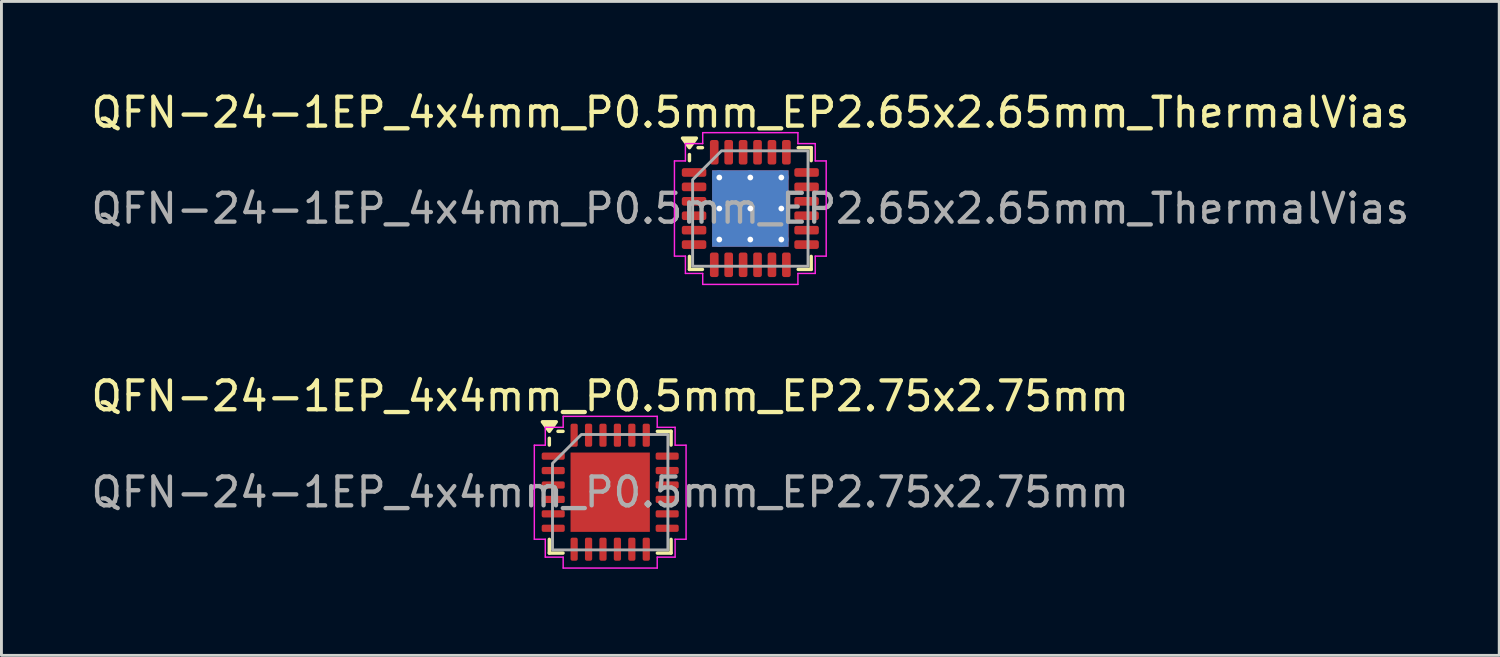
<source format=kicad_pcb>
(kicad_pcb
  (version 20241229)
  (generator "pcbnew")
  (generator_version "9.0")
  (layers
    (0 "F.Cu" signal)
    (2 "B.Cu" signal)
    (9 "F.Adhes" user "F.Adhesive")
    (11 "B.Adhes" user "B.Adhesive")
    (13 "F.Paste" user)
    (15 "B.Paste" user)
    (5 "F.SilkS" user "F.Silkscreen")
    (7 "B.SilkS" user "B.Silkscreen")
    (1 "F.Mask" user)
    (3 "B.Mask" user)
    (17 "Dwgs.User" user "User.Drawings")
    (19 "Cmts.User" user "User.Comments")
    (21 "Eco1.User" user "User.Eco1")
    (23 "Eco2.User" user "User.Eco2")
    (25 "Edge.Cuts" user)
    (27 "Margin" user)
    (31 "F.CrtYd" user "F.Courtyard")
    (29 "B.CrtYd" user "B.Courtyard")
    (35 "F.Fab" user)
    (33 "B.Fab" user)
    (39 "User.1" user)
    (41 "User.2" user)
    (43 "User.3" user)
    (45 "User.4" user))
  (footprint "QFN-24-1EP_4x4mm_P0.5mm_EP2.75x2.75mm"
    (layer "F.Cu")
    (at 18.101 14.011)
    (property "Reference" "QFN-24-1EP_4x4mm_P0.5mm_EP2.75x2.75mm" (at 0 -3.33 0) (layer "F.SilkS") (effects (font (size 1 1) (thickness 0.15))))
    (attr smd)
    (fp_line (start -2.11 -1.635) (end -2.11 -1.87) (stroke (width 0.12) (type solid)) (layer "F.SilkS"))
    (fp_line (start -2.11 2.11) (end -2.11 1.635) (stroke (width 0.12) (type solid)) (layer "F.SilkS"))
    (fp_line (start -1.635 -2.11) (end -1.81 -2.11) (stroke (width 0.12) (type solid)) (layer "F.SilkS"))
    (fp_line (start -1.635 2.11) (end -2.11 2.11) (stroke (width 0.12) (type solid)) (layer "F.SilkS"))
    (fp_line (start 1.635 -2.11) (end 2.11 -2.11) (stroke (width 0.12) (type solid)) (layer "F.SilkS"))
    (fp_line (start 1.635 2.11) (end 2.11 2.11) (stroke (width 0.12) (type solid)) (layer "F.SilkS"))
    (fp_line (start 2.11 -2.11) (end 2.11 -1.635) (stroke (width 0.12) (type solid)) (layer "F.SilkS"))
    (fp_line (start 2.11 2.11) (end 2.11 1.635) (stroke (width 0.12) (type solid)) (layer "F.SilkS"))
    (fp_poly (pts (xy -2.11 -2.11) (xy -2.35 -2.44) (xy -1.87 -2.44)) (stroke (width 0.12) (type solid)) (fill yes) (layer "F.SilkS"))
    (fp_line (start -2.63 -1.63) (end -2.25 -1.63) (stroke (width 0.05) (type solid)) (layer "F.CrtYd"))
    (fp_line (start -2.63 1.63) (end -2.63 -1.63) (stroke (width 0.05) (type solid)) (layer "F.CrtYd"))
    (fp_line (start -2.25 -2.25) (end -1.63 -2.25) (stroke (width 0.05) (type solid)) (layer "F.CrtYd"))
    (fp_line (start -2.25 -1.63) (end -2.25 -2.25) (stroke (width 0.05) (type solid)) (layer "F.CrtYd"))
    (fp_line (start -2.25 1.63) (end -2.63 1.63) (stroke (width 0.05) (type solid)) (layer "F.CrtYd"))
    (fp_line (start -2.25 2.25) (end -2.25 1.63) (stroke (width 0.05) (type solid)) (layer "F.CrtYd"))
    (fp_line (start -1.63 -2.63) (end 1.63 -2.63) (stroke (width 0.05) (type solid)) (layer "F.CrtYd"))
    (fp_line (start -1.63 -2.25) (end -1.63 -2.63) (stroke (width 0.05) (type solid)) (layer "F.CrtYd"))
    (fp_line (start -1.63 2.25) (end -2.25 2.25) (stroke (width 0.05) (type solid)) (layer "F.CrtYd"))
    (fp_line (start -1.63 2.63) (end -1.63 2.25) (stroke (width 0.05) (type solid)) (layer "F.CrtYd"))
    (fp_line (start 1.63 -2.63) (end 1.63 -2.25) (stroke (width 0.05) (type solid)) (layer "F.CrtYd"))
    (fp_line (start 1.63 -2.25) (end 2.25 -2.25) (stroke (width 0.05) (type solid)) (layer "F.CrtYd"))
    (fp_line (start 1.63 2.25) (end 1.63 2.63) (stroke (width 0.05) (type solid)) (layer "F.CrtYd"))
    (fp_line (start 1.63 2.63) (end -1.63 2.63) (stroke (width 0.05) (type solid)) (layer "F.CrtYd"))
    (fp_line (start 2.25 -2.25) (end 2.25 -1.63) (stroke (width 0.05) (type solid)) (layer "F.CrtYd"))
    (fp_line (start 2.25 -1.63) (end 2.63 -1.63) (stroke (width 0.05) (type solid)) (layer "F.CrtYd"))
    (fp_line (start 2.25 1.63) (end 2.25 2.25) (stroke (width 0.05) (type solid)) (layer "F.CrtYd"))
    (fp_line (start 2.25 2.25) (end 1.63 2.25) (stroke (width 0.05) (type solid)) (layer "F.CrtYd"))
    (fp_line (start 2.63 -1.63) (end 2.63 1.63) (stroke (width 0.05) (type solid)) (layer "F.CrtYd"))
    (fp_line (start 2.63 1.63) (end 2.25 1.63) (stroke (width 0.05) (type solid)) (layer "F.CrtYd"))
    (fp_poly (pts (xy -2 -1) (xy -2 2) (xy 2 2) (xy 2 -2) (xy -1 -2)) (stroke (width 0.1) (type solid)) (fill no) (layer "F.Fab"))
    (fp_text user "${REFERENCE}" (at 0 0 0) (layer "F.Fab") (effects (font (size 1 1) (thickness 0.15))))
    (pad "" smd roundrect (at -0.69 -0.69) (size 1.11 1.11) (layers "F.Paste") (roundrect_rratio 0.225))
    (pad "" smd roundrect (at -0.69 0.69) (size 1.11 1.11) (layers "F.Paste") (roundrect_rratio 0.225))
    (pad "" smd roundrect (at 0.69 -0.69) (size 1.11 1.11) (layers "F.Paste") (roundrect_rratio 0.225))
    (pad "" smd roundrect (at 0.69 0.69) (size 1.11 1.11) (layers "F.Paste") (roundrect_rratio 0.225))
    (pad "1" smd roundrect (at -1.975 -1.25) (size 0.8 0.25) (layers "F.Cu" "F.Mask" "F.Paste") (roundrect_rratio 0.25))
    (pad "2" smd roundrect (at -1.975 -0.75) (size 0.8 0.25) (layers "F.Cu" "F.Mask" "F.Paste") (roundrect_rratio 0.25))
    (pad "3" smd roundrect (at -1.975 -0.25) (size 0.8 0.25) (layers "F.Cu" "F.Mask" "F.Paste") (roundrect_rratio 0.25))
    (pad "4" smd roundrect (at -1.975 0.25) (size 0.8 0.25) (layers "F.Cu" "F.Mask" "F.Paste") (roundrect_rratio 0.25))
    (pad "5" smd roundrect (at -1.975 0.75) (size 0.8 0.25) (layers "F.Cu" "F.Mask" "F.Paste") (roundrect_rratio 0.25))
    (pad "6" smd roundrect (at -1.975 1.25) (size 0.8 0.25) (layers "F.Cu" "F.Mask" "F.Paste") (roundrect_rratio 0.25))
    (pad "7" smd roundrect (at -1.25 1.975) (size 0.25 0.8) (layers "F.Cu" "F.Mask" "F.Paste") (roundrect_rratio 0.25))
    (pad "8" smd roundrect (at -0.75 1.975) (size 0.25 0.8) (layers "F.Cu" "F.Mask" "F.Paste") (roundrect_rratio 0.25))
    (pad "9" smd roundrect (at -0.25 1.975) (size 0.25 0.8) (layers "F.Cu" "F.Mask" "F.Paste") (roundrect_rratio 0.25))
    (pad "10" smd roundrect (at 0.25 1.975) (size 0.25 0.8) (layers "F.Cu" "F.Mask" "F.Paste") (roundrect_rratio 0.25))
    (pad "11" smd roundrect (at 0.75 1.975) (size 0.25 0.8) (layers "F.Cu" "F.Mask" "F.Paste") (roundrect_rratio 0.25))
    (pad "12" smd roundrect (at 1.25 1.975) (size 0.25 0.8) (layers "F.Cu" "F.Mask" "F.Paste") (roundrect_rratio 0.25))
    (pad "13" smd roundrect (at 1.975 1.25) (size 0.8 0.25) (layers "F.Cu" "F.Mask" "F.Paste") (roundrect_rratio 0.25))
    (pad "14" smd roundrect (at 1.975 0.75) (size 0.8 0.25) (layers "F.Cu" "F.Mask" "F.Paste") (roundrect_rratio 0.25))
    (pad "15" smd roundrect (at 1.975 0.25) (size 0.8 0.25) (layers "F.Cu" "F.Mask" "F.Paste") (roundrect_rratio 0.25))
    (pad "16" smd roundrect (at 1.975 -0.25) (size 0.8 0.25) (layers "F.Cu" "F.Mask" "F.Paste") (roundrect_rratio 0.25))
    (pad "17" smd roundrect (at 1.975 -0.75) (size 0.8 0.25) (layers "F.Cu" "F.Mask" "F.Paste") (roundrect_rratio 0.25))
    (pad "18" smd roundrect (at 1.975 -1.25) (size 0.8 0.25) (layers "F.Cu" "F.Mask" "F.Paste") (roundrect_rratio 0.25))
    (pad "19" smd roundrect (at 1.25 -1.975) (size 0.25 0.8) (layers "F.Cu" "F.Mask" "F.Paste") (roundrect_rratio 0.25))
    (pad "20" smd roundrect (at 0.75 -1.975) (size 0.25 0.8) (layers "F.Cu" "F.Mask" "F.Paste") (roundrect_rratio 0.25))
    (pad "21" smd roundrect (at 0.25 -1.975) (size 0.25 0.8) (layers "F.Cu" "F.Mask" "F.Paste") (roundrect_rratio 0.25))
    (pad "22" smd roundrect (at -0.25 -1.975) (size 0.25 0.8) (layers "F.Cu" "F.Mask" "F.Paste") (roundrect_rratio 0.25))
    (pad "23" smd roundrect (at -0.75 -1.975) (size 0.25 0.8) (layers "F.Cu" "F.Mask" "F.Paste") (roundrect_rratio 0.25))
    (pad "24" smd roundrect (at -1.25 -1.975) (size 0.25 0.8) (layers "F.Cu" "F.Mask" "F.Paste") (roundrect_rratio 0.25))
    (pad "25" smd rect (at 0 0) (size 2.75 2.75) (property pad_prop_heatsink) (layers "F.Cu" "F.Mask")))
  (footprint "QFN-24-1EP_4x4mm_P0.5mm_EP2.65x2.65mm_ThermalVias"
    (layer "F.Cu")
    (at 22.958 4.178)
    (property "Reference" "QFN-24-1EP_4x4mm_P0.5mm_EP2.65x2.65mm_ThermalVias" (at 0 -3.33 0) (layer "F.SilkS") (effects (font (size 1 1) (thickness 0.15))))
    (attr smd)
    (fp_line (start -2.11 -1.66) (end -2.11 -1.87) (stroke (width 0.12) (type solid)) (layer "F.SilkS"))
    (fp_line (start -2.11 2.11) (end -2.11 1.66) (stroke (width 0.12) (type solid)) (layer "F.SilkS"))
    (fp_line (start -1.66 -2.11) (end -1.81 -2.11) (stroke (width 0.12) (type solid)) (layer "F.SilkS"))
    (fp_line (start -1.66 2.11) (end -2.11 2.11) (stroke (width 0.12) (type solid)) (layer "F.SilkS"))
    (fp_line (start 1.66 -2.11) (end 2.11 -2.11) (stroke (width 0.12) (type solid)) (layer "F.SilkS"))
    (fp_line (start 1.66 2.11) (end 2.11 2.11) (stroke (width 0.12) (type solid)) (layer "F.SilkS"))
    (fp_line (start 2.11 -2.11) (end 2.11 -1.66) (stroke (width 0.12) (type solid)) (layer "F.SilkS"))
    (fp_line (start 2.11 2.11) (end 2.11 1.66) (stroke (width 0.12) (type solid)) (layer "F.SilkS"))
    (fp_poly (pts (xy -2.11 -2.11) (xy -2.35 -2.44) (xy -1.87 -2.44)) (stroke (width 0.12) (type solid)) (fill yes) (layer "F.SilkS"))
    (fp_line (start -2.63 -1.65) (end -2.25 -1.65) (stroke (width 0.05) (type solid)) (layer "F.CrtYd"))
    (fp_line (start -2.63 1.65) (end -2.63 -1.65) (stroke (width 0.05) (type solid)) (layer "F.CrtYd"))
    (fp_line (start -2.25 -2.25) (end -1.65 -2.25) (stroke (width 0.05) (type solid)) (layer "F.CrtYd"))
    (fp_line (start -2.25 -1.65) (end -2.25 -2.25) (stroke (width 0.05) (type solid)) (layer "F.CrtYd"))
    (fp_line (start -2.25 1.65) (end -2.63 1.65) (stroke (width 0.05) (type solid)) (layer "F.CrtYd"))
    (fp_line (start -2.25 2.25) (end -2.25 1.65) (stroke (width 0.05) (type solid)) (layer "F.CrtYd"))
    (fp_line (start -1.65 -2.63) (end 1.65 -2.63) (stroke (width 0.05) (type solid)) (layer "F.CrtYd"))
    (fp_line (start -1.65 -2.25) (end -1.65 -2.63) (stroke (width 0.05) (type solid)) (layer "F.CrtYd"))
    (fp_line (start -1.65 2.25) (end -2.25 2.25) (stroke (width 0.05) (type solid)) (layer "F.CrtYd"))
    (fp_line (start -1.65 2.63) (end -1.65 2.25) (stroke (width 0.05) (type solid)) (layer "F.CrtYd"))
    (fp_line (start 1.65 -2.63) (end 1.65 -2.25) (stroke (width 0.05) (type solid)) (layer "F.CrtYd"))
    (fp_line (start 1.65 -2.25) (end 2.25 -2.25) (stroke (width 0.05) (type solid)) (layer "F.CrtYd"))
    (fp_line (start 1.65 2.25) (end 1.65 2.63) (stroke (width 0.05) (type solid)) (layer "F.CrtYd"))
    (fp_line (start 1.65 2.63) (end -1.65 2.63) (stroke (width 0.05) (type solid)) (layer "F.CrtYd"))
    (fp_line (start 2.25 -2.25) (end 2.25 -1.65) (stroke (width 0.05) (type solid)) (layer "F.CrtYd"))
    (fp_line (start 2.25 -1.65) (end 2.63 -1.65) (stroke (width 0.05) (type solid)) (layer "F.CrtYd"))
    (fp_line (start 2.25 1.65) (end 2.25 2.25) (stroke (width 0.05) (type solid)) (layer "F.CrtYd"))
    (fp_line (start 2.25 2.25) (end 1.65 2.25) (stroke (width 0.05) (type solid)) (layer "F.CrtYd"))
    (fp_line (start 2.63 -1.65) (end 2.63 1.65) (stroke (width 0.05) (type solid)) (layer "F.CrtYd"))
    (fp_line (start 2.63 1.65) (end 2.25 1.65) (stroke (width 0.05) (type solid)) (layer "F.CrtYd"))
    (fp_poly (pts (xy -2 -1) (xy -2 2) (xy 2 2) (xy 2 -2) (xy -1 -2)) (stroke (width 0.1) (type solid)) (fill no) (layer "F.Fab"))
    (fp_text user "${REFERENCE}" (at 0 0 0) (layer "F.Fab") (effects (font (size 1 1) (thickness 0.15))))
    (pad "" smd roundrect (at -0.66 -0.66) (size 1.15 1.15) (layers "F.Paste") (roundrect_rratio 0.217))
    (pad "" smd roundrect (at -0.66 0.66) (size 1.15 1.15) (layers "F.Paste") (roundrect_rratio 0.217))
    (pad "" smd roundrect (at 0.66 -0.66) (size 1.15 1.15) (layers "F.Paste") (roundrect_rratio 0.217))
    (pad "" smd roundrect (at 0.66 0.66) (size 1.15 1.15) (layers "F.Paste") (roundrect_rratio 0.217))
    (pad "1" smd roundrect (at -1.95 -1.25) (size 0.85 0.3) (layers "F.Cu" "F.Mask" "F.Paste") (roundrect_rratio 0.25))
    (pad "2" smd roundrect (at -1.95 -0.75) (size 0.85 0.3) (layers "F.Cu" "F.Mask" "F.Paste") (roundrect_rratio 0.25))
    (pad "3" smd roundrect (at -1.95 -0.25) (size 0.85 0.3) (layers "F.Cu" "F.Mask" "F.Paste") (roundrect_rratio 0.25))
    (pad "4" smd roundrect (at -1.95 0.25) (size 0.85 0.3) (layers "F.Cu" "F.Mask" "F.Paste") (roundrect_rratio 0.25))
    (pad "5" smd roundrect (at -1.95 0.75) (size 0.85 0.3) (layers "F.Cu" "F.Mask" "F.Paste") (roundrect_rratio 0.25))
    (pad "6" smd roundrect (at -1.95 1.25) (size 0.85 0.3) (layers "F.Cu" "F.Mask" "F.Paste") (roundrect_rratio 0.25))
    (pad "7" smd roundrect (at -1.25 1.95) (size 0.3 0.85) (layers "F.Cu" "F.Mask" "F.Paste") (roundrect_rratio 0.25))
    (pad "8" smd roundrect (at -0.75 1.95) (size 0.3 0.85) (layers "F.Cu" "F.Mask" "F.Paste") (roundrect_rratio 0.25))
    (pad "9" smd roundrect (at -0.25 1.95) (size 0.3 0.85) (layers "F.Cu" "F.Mask" "F.Paste") (roundrect_rratio 0.25))
    (pad "10" smd roundrect (at 0.25 1.95) (size 0.3 0.85) (layers "F.Cu" "F.Mask" "F.Paste") (roundrect_rratio 0.25))
    (pad "11" smd roundrect (at 0.75 1.95) (size 0.3 0.85) (layers "F.Cu" "F.Mask" "F.Paste") (roundrect_rratio 0.25))
    (pad "12" smd roundrect (at 1.25 1.95) (size 0.3 0.85) (layers "F.Cu" "F.Mask" "F.Paste") (roundrect_rratio 0.25))
    (pad "13" smd roundrect (at 1.95 1.25) (size 0.85 0.3) (layers "F.Cu" "F.Mask" "F.Paste") (roundrect_rratio 0.25))
    (pad "14" smd roundrect (at 1.95 0.75) (size 0.85 0.3) (layers "F.Cu" "F.Mask" "F.Paste") (roundrect_rratio 0.25))
    (pad "15" smd roundrect (at 1.95 0.25) (size 0.85 0.3) (layers "F.Cu" "F.Mask" "F.Paste") (roundrect_rratio 0.25))
    (pad "16" smd roundrect (at 1.95 -0.25) (size 0.85 0.3) (layers "F.Cu" "F.Mask" "F.Paste") (roundrect_rratio 0.25))
    (pad "17" smd roundrect (at 1.95 -0.75) (size 0.85 0.3) (layers "F.Cu" "F.Mask" "F.Paste") (roundrect_rratio 0.25))
    (pad "18" smd roundrect (at 1.95 -1.25) (size 0.85 0.3) (layers "F.Cu" "F.Mask" "F.Paste") (roundrect_rratio 0.25))
    (pad "19" smd roundrect (at 1.25 -1.95) (size 0.3 0.85) (layers "F.Cu" "F.Mask" "F.Paste") (roundrect_rratio 0.25))
    (pad "20" smd roundrect (at 0.75 -1.95) (size 0.3 0.85) (layers "F.Cu" "F.Mask" "F.Paste") (roundrect_rratio 0.25))
    (pad "21" smd roundrect (at 0.25 -1.95) (size 0.3 0.85) (layers "F.Cu" "F.Mask" "F.Paste") (roundrect_rratio 0.25))
    (pad "22" smd roundrect (at -0.25 -1.95) (size 0.3 0.85) (layers "F.Cu" "F.Mask" "F.Paste") (roundrect_rratio 0.25))
    (pad "23" smd roundrect (at -0.75 -1.95) (size 0.3 0.85) (layers "F.Cu" "F.Mask" "F.Paste") (roundrect_rratio 0.25))
    (pad "24" smd roundrect (at -1.25 -1.95) (size 0.3 0.85) (layers "F.Cu" "F.Mask" "F.Paste") (roundrect_rratio 0.25))
    (pad "25" thru_hole circle (at -1.075 -1.075) (size 0.5 0.5) (drill 0.2) (property pad_prop_heatsink) (layers "*.Cu"))
    (pad "25" thru_hole circle (at -1.075 0) (size 0.5 0.5) (drill 0.2) (property pad_prop_heatsink) (layers "*.Cu"))
    (pad "25" thru_hole circle (at -1.075 1.075) (size 0.5 0.5) (drill 0.2) (property pad_prop_heatsink) (layers "*.Cu"))
    (pad "25" thru_hole circle (at 0 -1.075) (size 0.5 0.5) (drill 0.2) (property pad_prop_heatsink) (layers "*.Cu"))
    (pad "25" thru_hole circle (at 0 0) (size 0.5 0.5) (drill 0.2) (property pad_prop_heatsink) (layers "*.Cu"))
    (pad "25" smd rect (at 0 0) (size 2.65 2.65) (property pad_prop_heatsink) (layers "F.Cu" "F.Mask"))
    (pad "25" smd rect (at 0 0) (size 2.65 2.65) (property pad_prop_heatsink) (layers "B.Cu"))
    (pad "25" thru_hole circle (at 0 1.075) (size 0.5 0.5) (drill 0.2) (property pad_prop_heatsink) (layers "*.Cu"))
    (pad "25" thru_hole circle (at 1.075 -1.075) (size 0.5 0.5) (drill 0.2) (property pad_prop_heatsink) (layers "*.Cu"))
    (pad "25" thru_hole circle (at 1.075 0) (size 0.5 0.5) (drill 0.2) (property pad_prop_heatsink) (layers "*.Cu"))
    (pad "25" thru_hole circle (at 1.075 1.075) (size 0.5 0.5) (drill 0.2) (property pad_prop_heatsink) (layers "*.Cu")))
  (gr_rect
    (start -3 -3)
    (end 48.917 19.666)
    (stroke (width 0.1) (type default))
    (fill no)
    (layer "Edge.Cuts")))
</source>
